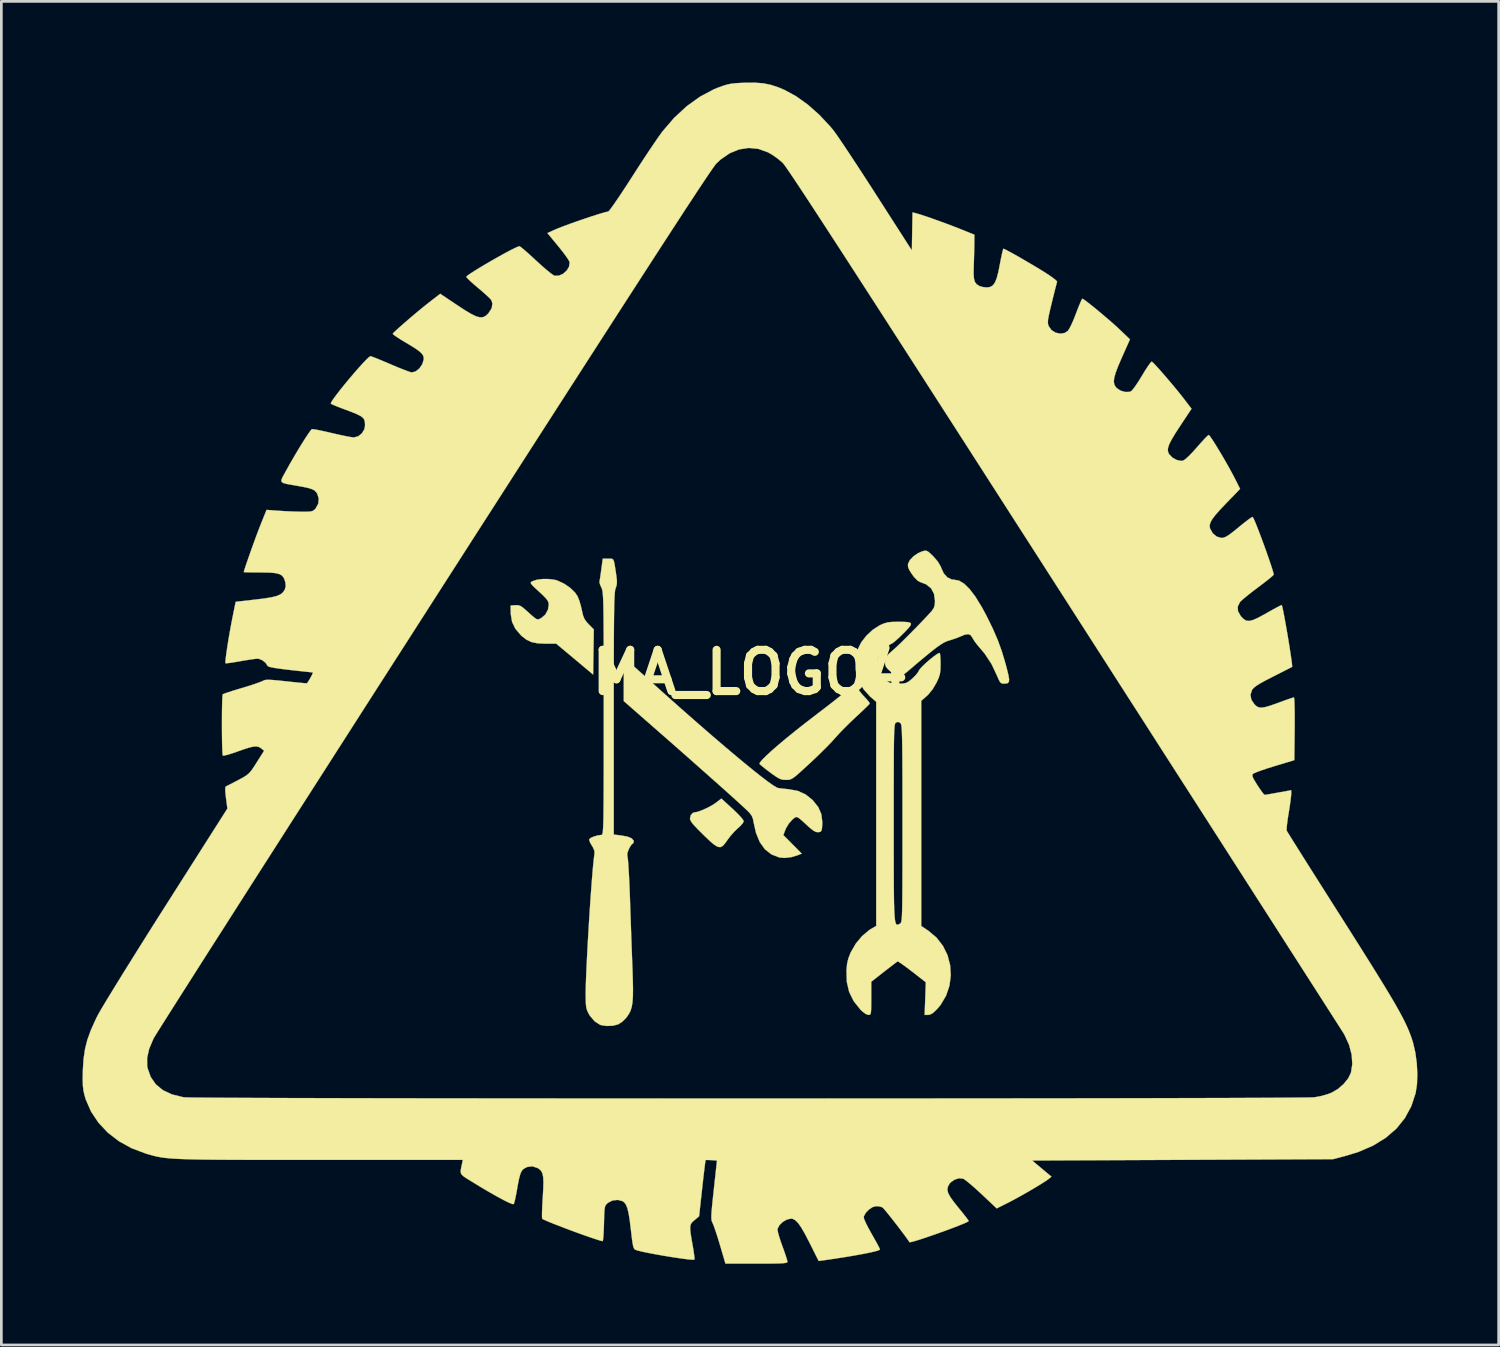
<source format=kicad_pcb>
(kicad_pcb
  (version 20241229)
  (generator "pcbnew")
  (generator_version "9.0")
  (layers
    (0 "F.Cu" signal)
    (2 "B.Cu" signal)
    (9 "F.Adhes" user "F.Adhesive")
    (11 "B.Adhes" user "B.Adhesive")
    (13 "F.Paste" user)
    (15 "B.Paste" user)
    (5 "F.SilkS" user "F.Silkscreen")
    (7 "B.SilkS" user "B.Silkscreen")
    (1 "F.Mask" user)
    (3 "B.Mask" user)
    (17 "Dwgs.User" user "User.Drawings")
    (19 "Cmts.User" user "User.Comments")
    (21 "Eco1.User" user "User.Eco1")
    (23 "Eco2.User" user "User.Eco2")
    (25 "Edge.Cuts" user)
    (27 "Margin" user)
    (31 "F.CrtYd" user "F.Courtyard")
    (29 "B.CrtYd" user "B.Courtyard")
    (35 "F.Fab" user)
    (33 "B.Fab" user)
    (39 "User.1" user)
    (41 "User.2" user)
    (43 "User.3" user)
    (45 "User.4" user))
  (footprint "MA_LOGO4"
    (layer "F.Cu")
    (at 24.661 21.795)
    (property "Reference" "MA_LOGO4" (at 0 0 0) (layer "F.SilkS") (effects (font (size 1.524 1.524) (thickness 0.3))))
    (attr through_hole)
    (fp_poly (pts (xy -0.644 5.039) (xy -0.484 5.192) (xy -0.352 5.329) (xy -0.264 5.435) (xy -0.231 5.496) (xy -0.231 5.497) (xy -0.265 5.568) (xy -0.352 5.668) (xy -0.44 5.748) (xy -0.579 5.881) (xy -0.728 6.051) (xy -0.834 6.192) (xy -0.933 6.33) (xy -1.018 6.42) (xy -1.103 6.457) (xy -1.2 6.44) (xy -1.321 6.366) (xy -1.48 6.232) (xy -1.688 6.034) (xy -1.731 5.992) (xy -1.936 5.788) (xy -2.079 5.635) (xy -2.168 5.522) (xy -2.211 5.44) (xy -2.217 5.401) (xy -2.186 5.27) (xy -2.108 5.187) (xy -2.048 5.172) (xy -1.932 5.15) (xy -1.767 5.09) (xy -1.581 5.006) (xy -1.403 4.911) (xy -1.266 4.82) (xy -1.057 4.661) (xy -0.644 5.039)) (stroke (width 0.01) (type solid)) (fill yes) (layer "F.SilkS"))
    (fp_poly (pts (xy -7.416 -3.45) (xy -7.198 -3.419) (xy -7.13 -3.399) (xy -6.88 -3.286) (xy -6.65 -3.13) (xy -6.465 -2.952) (xy -6.371 -2.813) (xy -6.312 -2.667) (xy -6.253 -2.474) (xy -6.213 -2.299) (xy -6.17 -2.11) (xy -6.117 -1.977) (xy -6.036 -1.862) (xy -5.961 -1.781) (xy -5.771 -1.588) (xy -5.796 0.079) (xy -6.477 -0.492) (xy -7.159 -1.062) (xy -7.552 -1.062) (xy -7.841 -1.075) (xy -8.067 -1.12) (xy -8.255 -1.206) (xy -8.431 -1.342) (xy -8.467 -1.376) (xy -8.671 -1.617) (xy -8.792 -1.871) (xy -8.839 -2.158) (xy -8.84 -2.194) (xy -8.844 -2.471) (xy -8.672 -2.485) (xy -8.564 -2.484) (xy -8.471 -2.451) (xy -8.362 -2.372) (xy -8.279 -2.3) (xy -8.106 -2.143) (xy -7.987 -2.04) (xy -7.907 -1.981) (xy -7.849 -1.959) (xy -7.8 -1.966) (xy -7.742 -1.993) (xy -7.717 -2.006) (xy -7.563 -2.135) (xy -7.464 -2.321) (xy -7.435 -2.503) (xy -7.444 -2.581) (xy -7.479 -2.658) (xy -7.552 -2.75) (xy -7.675 -2.874) (xy -7.792 -2.983) (xy -7.95 -3.129) (xy -8.048 -3.226) (xy -8.095 -3.287) (xy -8.099 -3.325) (xy -8.068 -3.353) (xy -8.038 -3.37) (xy -7.872 -3.425) (xy -7.653 -3.452) (xy -7.416 -3.45)) (stroke (width 0.01) (type solid)) (fill yes) (layer "F.SilkS"))
    (fp_poly (pts (xy 3.921 0.471) (xy 3.968 0.567) (xy 3.973 0.577) (xy 4.044 0.686) (xy 4.154 0.823) (xy 4.24 0.915) (xy 4.342 1.026) (xy 4.409 1.113) (xy 4.424 1.152) (xy 4.387 1.194) (xy 4.294 1.287) (xy 4.157 1.418) (xy 3.989 1.576) (xy 3.902 1.656) (xy 3.696 1.852) (xy 3.489 2.056) (xy 3.304 2.247) (xy 3.162 2.403) (xy 3.14 2.428) (xy 3.023 2.558) (xy 2.854 2.734) (xy 2.649 2.938) (xy 2.425 3.156) (xy 2.217 3.351) (xy 1.987 3.563) (xy 1.814 3.72) (xy 1.685 3.831) (xy 1.588 3.903) (xy 1.512 3.945) (xy 1.446 3.965) (xy 1.377 3.971) (xy 1.332 3.971) (xy 1.222 3.965) (xy 1.124 3.94) (xy 1.015 3.885) (xy 0.872 3.789) (xy 0.748 3.699) (xy 0.589 3.578) (xy 0.458 3.474) (xy 0.373 3.402) (xy 0.351 3.379) (xy 0.37 3.325) (xy 0.457 3.221) (xy 0.605 3.074) (xy 0.807 2.888) (xy 1.058 2.67) (xy 1.351 2.425) (xy 1.68 2.158) (xy 2.037 1.876) (xy 2.417 1.584) (xy 2.492 1.526) (xy 2.747 1.332) (xy 3 1.136) (xy 3.233 0.952) (xy 3.428 0.796) (xy 3.567 0.68) (xy 3.568 0.679) (xy 3.709 0.561) (xy 3.819 0.472) (xy 3.885 0.426) (xy 3.895 0.422) (xy 3.921 0.471)) (stroke (width 0.01) (type solid)) (fill yes) (layer "F.SilkS"))
    (fp_poly (pts (xy -4.576 -0.466) (xy -4.472 -0.379) (xy -4.32 -0.247) (xy -4.13 -0.079) (xy -3.912 0.116) (xy -3.755 0.257) (xy -3.173 0.78) (xy -2.612 1.279) (xy -2.075 1.752) (xy -1.567 2.195) (xy -1.091 2.604) (xy -0.652 2.977) (xy -0.254 3.309) (xy 0.099 3.598) (xy 0.404 3.84) (xy 0.655 4.032) (xy 0.85 4.169) (xy 0.983 4.25) (xy 1.034 4.27) (xy 1.131 4.284) (xy 1.283 4.301) (xy 1.424 4.315) (xy 1.763 4.377) (xy 2.049 4.505) (xy 2.304 4.707) (xy 2.327 4.731) (xy 2.523 4.978) (xy 2.636 5.237) (xy 2.672 5.528) (xy 2.67 5.613) (xy 2.659 5.766) (xy 2.639 5.851) (xy 2.6 5.888) (xy 2.53 5.903) (xy 2.529 5.903) (xy 2.439 5.895) (xy 2.337 5.842) (xy 2.201 5.732) (xy 2.159 5.694) (xy 1.981 5.531) (xy 1.858 5.421) (xy 1.774 5.36) (xy 1.714 5.341) (xy 1.663 5.357) (xy 1.605 5.404) (xy 1.555 5.449) (xy 1.434 5.586) (xy 1.333 5.753) (xy 1.312 5.801) (xy 1.232 6.01) (xy 1.572 6.352) (xy 1.911 6.694) (xy 1.752 6.758) (xy 1.521 6.826) (xy 1.284 6.854) (xy 1.085 6.837) (xy 0.793 6.724) (xy 0.551 6.534) (xy 0.361 6.268) (xy 0.221 5.925) (xy 0.139 5.561) (xy 0.109 5.409) (xy 0.065 5.298) (xy -0.012 5.194) (xy -0.14 5.066) (xy -0.15 5.057) (xy -0.307 4.911) (xy -0.527 4.711) (xy -0.802 4.463) (xy -1.125 4.174) (xy -1.489 3.851) (xy -1.886 3.499) (xy -2.308 3.125) (xy -2.75 2.736) (xy -3.203 2.338) (xy -3.36 2.201) (xy -4.664 1.058) (xy -4.664 0.271) (xy -4.662 -0.014) (xy -4.655 -0.243) (xy -4.644 -0.405) (xy -4.63 -0.49) (xy -4.621 -0.5) (xy -4.576 -0.466)) (stroke (width 0.01) (type solid)) (fill yes) (layer "F.SilkS"))
    (fp_poly (pts (xy 6.523 -4.494) (xy 6.594 -4.455) (xy 6.692 -4.367) (xy 6.771 -4.29) (xy 6.94 -4.096) (xy 7.047 -3.914) (xy 7.064 -3.868) (xy 7.159 -3.66) (xy 7.294 -3.511) (xy 7.456 -3.434) (xy 7.54 -3.426) (xy 7.724 -3.392) (xy 7.917 -3.275) (xy 8.12 -3.074) (xy 8.336 -2.787) (xy 8.566 -2.412) (xy 8.742 -2.085) (xy 8.973 -1.614) (xy 9.159 -1.183) (xy 9.312 -0.758) (xy 9.446 -0.306) (xy 9.493 -0.126) (xy 9.548 0.1) (xy 9.574 0.253) (xy 9.566 0.346) (xy 9.523 0.395) (xy 9.441 0.413) (xy 9.369 0.415) (xy 9.296 0.404) (xy 9.24 0.357) (xy 9.184 0.253) (xy 9.141 0.15) (xy 8.928 -0.304) (xy 8.675 -0.69) (xy 8.523 -0.871) (xy 8.399 -1.017) (xy 8.295 -1.154) (xy 8.233 -1.255) (xy 8.231 -1.26) (xy 8.16 -1.372) (xy 8.066 -1.415) (xy 7.932 -1.393) (xy 7.813 -1.344) (xy 7.63 -1.269) (xy 7.427 -1.201) (xy 7.357 -1.181) (xy 7.266 -1.15) (xy 7.164 -1.102) (xy 7.044 -1.029) (xy 6.896 -0.925) (xy 6.714 -0.784) (xy 6.488 -0.6) (xy 6.209 -0.367) (xy 5.871 -0.079) (xy 5.865 -0.074) (xy 5.722 0.044) (xy 5.599 0.133) (xy 5.519 0.18) (xy 5.504 0.184) (xy 5.44 0.156) (xy 5.332 0.082) (xy 5.216 -0.012) (xy 5.09 -0.126) (xy 5.022 -0.213) (xy 4.994 -0.3) (xy 4.99 -0.393) (xy 4.998 -0.493) (xy 5.029 -0.573) (xy 5.098 -0.657) (xy 5.22 -0.767) (xy 5.269 -0.808) (xy 5.39 -0.917) (xy 5.559 -1.078) (xy 5.761 -1.277) (xy 5.981 -1.498) (xy 6.205 -1.726) (xy 6.416 -1.946) (xy 6.601 -2.144) (xy 6.721 -2.277) (xy 6.795 -2.387) (xy 6.829 -2.518) (xy 6.835 -2.647) (xy 6.799 -2.906) (xy 6.691 -3.108) (xy 6.509 -3.255) (xy 6.281 -3.341) (xy 6.183 -3.4) (xy 6.063 -3.525) (xy 5.989 -3.625) (xy 5.89 -3.778) (xy 5.843 -3.888) (xy 5.836 -3.98) (xy 5.842 -4.018) (xy 5.912 -4.156) (xy 6.045 -4.295) (xy 6.219 -4.411) (xy 6.363 -4.472) (xy 6.454 -4.496) (xy 6.523 -4.494)) (stroke (width 0.01) (type solid)) (fill yes) (layer "F.SilkS"))
    (fp_poly (pts (xy -5.098 -4.198) (xy -5.057 -4.171) (xy -5.028 -4.108) (xy -5.003 -3.996) (xy -4.975 -3.82) (xy -4.941 -3.591) (xy -4.918 -3.401) (xy -4.92 -3.265) (xy -4.949 -3.149) (xy -4.964 -3.112) (xy -4.976 -3.075) (xy -4.986 -3.019) (xy -4.995 -2.94) (xy -5.003 -2.832) (xy -5.01 -2.69) (xy -5.016 -2.507) (xy -5.02 -2.279) (xy -5.024 -2) (xy -5.027 -1.665) (xy -5.03 -1.268) (xy -5.032 -0.804) (xy -5.033 -0.267) (xy -5.033 0.348) (xy -5.034 1.046) (xy -5.034 1.523) (xy -5.034 5.991) (xy -4.782 6.021) (xy -4.534 6.065) (xy -4.373 6.129) (xy -4.299 6.212) (xy -4.295 6.242) (xy -4.314 6.313) (xy -4.336 6.327) (xy -4.38 6.365) (xy -4.442 6.46) (xy -4.472 6.517) (xy -4.532 6.672) (xy -4.533 6.788) (xy -4.525 6.814) (xy -4.514 6.885) (xy -4.5 7.036) (xy -4.486 7.256) (xy -4.47 7.532) (xy -4.455 7.852) (xy -4.441 8.204) (xy -4.434 8.39) (xy -4.42 8.821) (xy -4.403 9.285) (xy -4.387 9.759) (xy -4.37 10.215) (xy -4.355 10.629) (xy -4.342 10.97) (xy -4.329 11.385) (xy -4.323 11.719) (xy -4.327 11.986) (xy -4.342 12.197) (xy -4.371 12.365) (xy -4.414 12.502) (xy -4.475 12.62) (xy -4.553 12.732) (xy -4.6 12.79) (xy -4.72 12.905) (xy -4.854 12.994) (xy -4.88 13.006) (xy -5.069 13.054) (xy -5.29 13.063) (xy -5.491 13.034) (xy -5.542 13.018) (xy -5.738 12.892) (xy -5.913 12.687) (xy -5.973 12.585) (xy -6.017 12.492) (xy -6.046 12.394) (xy -6.062 12.269) (xy -6.069 12.094) (xy -6.071 11.848) (xy -6.071 11.846) (xy -6.067 11.608) (xy -6.057 11.306) (xy -6.042 10.95) (xy -6.023 10.552) (xy -6.001 10.123) (xy -5.975 9.675) (xy -5.948 9.219) (xy -5.919 8.768) (xy -5.89 8.332) (xy -5.86 7.924) (xy -5.832 7.554) (xy -5.805 7.235) (xy -5.78 6.977) (xy -5.759 6.793) (xy -5.747 6.719) (xy -5.746 6.596) (xy -5.802 6.463) (xy -5.841 6.402) (xy -5.909 6.283) (xy -5.941 6.189) (xy -5.94 6.162) (xy -5.882 6.113) (xy -5.767 6.063) (xy -5.627 6.023) (xy -5.496 6.004) (xy -5.484 6.004) (xy -5.471 6) (xy -5.459 5.985) (xy -5.448 5.954) (xy -5.439 5.901) (xy -5.432 5.821) (xy -5.425 5.708) (xy -5.42 5.557) (xy -5.415 5.363) (xy -5.412 5.121) (xy -5.409 4.824) (xy -5.407 4.467) (xy -5.405 4.046) (xy -5.404 3.555) (xy -5.404 2.988) (xy -5.403 2.339) (xy -5.403 1.605) (xy -5.403 1.522) (xy -5.403 0.778) (xy -5.404 0.12) (xy -5.404 -0.456) (xy -5.405 -0.957) (xy -5.407 -1.388) (xy -5.409 -1.755) (xy -5.411 -2.063) (xy -5.415 -2.318) (xy -5.419 -2.526) (xy -5.425 -2.692) (xy -5.432 -2.821) (xy -5.44 -2.92) (xy -5.449 -2.994) (xy -5.459 -3.049) (xy -5.472 -3.09) (xy -5.485 -3.123) (xy -5.489 -3.131) (xy -5.54 -3.248) (xy -5.563 -3.334) (xy -5.562 -3.348) (xy -5.55 -3.412) (xy -5.53 -3.544) (xy -5.505 -3.72) (xy -5.494 -3.798) (xy -5.44 -4.203) (xy -5.239 -4.203) (xy -5.156 -4.204) (xy -5.098 -4.198)) (stroke (width 0.01) (type solid)) (fill yes) (layer "F.SilkS"))
    (fp_poly (pts (xy 5.7 -1.868) (xy 5.863 -1.854) (xy 5.942 -1.82) (xy 5.943 -1.756) (xy 5.868 -1.652) (xy 5.724 -1.499) (xy 5.655 -1.43) (xy 5.503 -1.282) (xy 5.371 -1.163) (xy 5.273 -1.085) (xy 5.228 -1.062) (xy 5.168 -1.03) (xy 5.068 -0.947) (xy 4.949 -0.829) (xy 4.94 -0.82) (xy 4.823 -0.69) (xy 4.755 -0.594) (xy 4.723 -0.498) (xy 4.713 -0.369) (xy 4.712 -0.273) (xy 4.711 0.032) (xy 4.938 0.224) (xy 5.067 0.327) (xy 5.168 0.385) (xy 5.278 0.41) (xy 5.436 0.416) (xy 5.474 0.416) (xy 5.644 0.412) (xy 5.759 0.392) (xy 5.855 0.343) (xy 5.968 0.252) (xy 5.997 0.227) (xy 6.115 0.111) (xy 6.203 0.003) (xy 6.236 -0.059) (xy 6.278 -0.126) (xy 6.371 -0.226) (xy 6.496 -0.345) (xy 6.637 -0.468) (xy 6.777 -0.581) (xy 6.898 -0.668) (xy 6.982 -0.716) (xy 7.01 -0.718) (xy 7.025 -0.659) (xy 7.036 -0.532) (xy 7.042 -0.362) (xy 7.042 -0.306) (xy 7.037 -0.098) (xy 7.017 0.057) (xy 6.973 0.199) (xy 6.896 0.369) (xy 6.89 0.381) (xy 6.75 0.618) (xy 6.586 0.819) (xy 6.533 0.869) (xy 6.327 1.051) (xy 6.327 9.37) (xy 6.585 9.541) (xy 6.891 9.797) (xy 7.129 10.103) (xy 7.298 10.447) (xy 7.395 10.816) (xy 7.419 11.198) (xy 7.369 11.578) (xy 7.244 11.945) (xy 7.042 12.285) (xy 6.912 12.44) (xy 6.772 12.574) (xy 6.659 12.641) (xy 6.583 12.654) (xy 6.453 12.654) (xy 6.475 12.052) (xy 6.497 11.449) (xy 5.993 11.056) (xy 5.808 10.915) (xy 5.648 10.798) (xy 5.529 10.716) (xy 5.463 10.678) (xy 5.455 10.677) (xy 5.408 10.709) (xy 5.304 10.788) (xy 5.156 10.901) (xy 4.98 11.037) (xy 4.951 11.06) (xy 4.48 11.429) (xy 4.48 12.042) (xy 4.479 12.289) (xy 4.476 12.459) (xy 4.468 12.566) (xy 4.452 12.624) (xy 4.425 12.648) (xy 4.386 12.654) (xy 4.374 12.654) (xy 4.273 12.618) (xy 4.143 12.518) (xy 4.081 12.458) (xy 3.83 12.143) (xy 3.664 11.805) (xy 3.577 11.433) (xy 3.565 11.016) (xy 3.587 10.773) (xy 3.632 10.574) (xy 3.711 10.371) (xy 3.728 10.334) (xy 3.911 10.019) (xy 4.141 9.742) (xy 4.397 9.526) (xy 4.465 9.483) (xy 4.664 9.366) (xy 4.664 6.243) (xy 5.311 6.243) (xy 5.311 6.842) (xy 5.312 7.359) (xy 5.314 7.802) (xy 5.317 8.174) (xy 5.321 8.483) (xy 5.328 8.733) (xy 5.337 8.93) (xy 5.349 9.08) (xy 5.364 9.188) (xy 5.382 9.261) (xy 5.404 9.304) (xy 5.43 9.322) (xy 5.461 9.321) (xy 5.496 9.307) (xy 5.537 9.285) (xy 5.545 9.281) (xy 5.561 9.27) (xy 5.575 9.252) (xy 5.588 9.22) (xy 5.598 9.17) (xy 5.607 9.093) (xy 5.614 8.985) (xy 5.62 8.84) (xy 5.624 8.651) (xy 5.628 8.412) (xy 5.63 8.117) (xy 5.632 7.76) (xy 5.633 7.335) (xy 5.634 6.837) (xy 5.634 6.257) (xy 5.634 5.592) (xy 5.634 5.59) (xy 5.634 4.918) (xy 5.634 4.333) (xy 5.633 3.828) (xy 5.631 3.398) (xy 5.629 3.036) (xy 5.625 2.736) (xy 5.621 2.493) (xy 5.616 2.3) (xy 5.61 2.152) (xy 5.602 2.042) (xy 5.593 1.965) (xy 5.582 1.915) (xy 5.57 1.884) (xy 5.562 1.874) (xy 5.478 1.827) (xy 5.4 1.849) (xy 5.384 1.86) (xy 5.37 1.878) (xy 5.357 1.91) (xy 5.347 1.961) (xy 5.338 2.037) (xy 5.331 2.145) (xy 5.325 2.291) (xy 5.321 2.48) (xy 5.317 2.719) (xy 5.315 3.013) (xy 5.313 3.37) (xy 5.312 3.795) (xy 5.311 4.293) (xy 5.311 4.872) (xy 5.311 5.537) (xy 5.311 5.557) (xy 5.311 6.243) (xy 4.664 6.243) (xy 4.664 5.226) (xy 4.664 1.085) (xy 4.436 0.889) (xy 4.2 0.626) (xy 4.056 0.384) (xy 3.973 0.2) (xy 3.927 0.046) (xy 3.907 -0.122) (xy 3.904 -0.274) (xy 3.923 -0.574) (xy 3.977 -0.833) (xy 3.988 -0.866) (xy 4.112 -1.114) (xy 4.302 -1.358) (xy 4.534 -1.574) (xy 4.785 -1.737) (xy 4.794 -1.741) (xy 4.945 -1.808) (xy 5.082 -1.848) (xy 5.241 -1.866) (xy 5.449 -1.87) (xy 5.7 -1.868)) (stroke (width 0.01) (type solid)) (fill yes) (layer "F.SilkS"))
    (fp_poly (pts (xy 0.49 -21.766) (xy 0.769 -21.71) (xy 1.05 -21.617) (xy 1.277 -21.521) (xy 1.705 -21.288) (xy 2.139 -20.977) (xy 2.564 -20.6) (xy 2.964 -20.172) (xy 3.09 -20.019) (xy 3.165 -19.917) (xy 3.284 -19.746) (xy 3.441 -19.514) (xy 3.63 -19.231) (xy 3.845 -18.905) (xy 4.081 -18.545) (xy 4.331 -18.16) (xy 4.591 -17.758) (xy 4.664 -17.643) (xy 5.981 -15.591) (xy 5.993 -16.293) (xy 6.006 -16.996) (xy 6.132 -16.966) (xy 6.26 -16.929) (xy 6.456 -16.865) (xy 6.699 -16.782) (xy 6.971 -16.685) (xy 7.252 -16.582) (xy 7.524 -16.479) (xy 7.768 -16.384) (xy 7.805 -16.369) (xy 8.29 -16.173) (xy 8.288 -15.833) (xy 8.285 -15.632) (xy 8.279 -15.381) (xy 8.271 -15.121) (xy 8.267 -15.009) (xy 8.262 -14.747) (xy 8.274 -14.561) (xy 8.309 -14.432) (xy 8.372 -14.345) (xy 8.466 -14.283) (xy 8.486 -14.273) (xy 8.611 -14.238) (xy 8.75 -14.224) (xy 8.872 -14.241) (xy 8.971 -14.299) (xy 9.052 -14.408) (xy 9.12 -14.58) (xy 9.183 -14.825) (xy 9.231 -15.071) (xy 9.273 -15.29) (xy 9.311 -15.471) (xy 9.342 -15.598) (xy 9.362 -15.654) (xy 9.364 -15.656) (xy 9.419 -15.633) (xy 9.539 -15.571) (xy 9.71 -15.478) (xy 9.918 -15.361) (xy 10.148 -15.228) (xy 10.387 -15.088) (xy 10.62 -14.949) (xy 10.833 -14.819) (xy 10.844 -14.813) (xy 11.035 -14.689) (xy 11.191 -14.58) (xy 11.3 -14.494) (xy 11.346 -14.443) (xy 11.347 -14.437) (xy 11.33 -14.376) (xy 11.295 -14.243) (xy 11.247 -14.052) (xy 11.19 -13.821) (xy 11.151 -13.665) (xy 11.085 -13.39) (xy 11.04 -13.189) (xy 11.014 -13.046) (xy 11.006 -12.945) (xy 11.012 -12.871) (xy 11.032 -12.807) (xy 11.036 -12.797) (xy 11.138 -12.651) (xy 11.288 -12.555) (xy 11.459 -12.517) (xy 11.626 -12.542) (xy 11.745 -12.619) (xy 11.8 -12.702) (xy 11.876 -12.851) (xy 11.962 -13.046) (xy 12.047 -13.264) (xy 12.048 -13.266) (xy 12.126 -13.471) (xy 12.196 -13.641) (xy 12.249 -13.759) (xy 12.278 -13.808) (xy 12.28 -13.808) (xy 12.333 -13.78) (xy 12.442 -13.701) (xy 12.594 -13.582) (xy 12.777 -13.434) (xy 12.978 -13.268) (xy 13.182 -13.094) (xy 13.379 -12.924) (xy 13.554 -12.768) (xy 13.658 -12.67) (xy 14.039 -12.307) (xy 13.741 -11.638) (xy 13.605 -11.324) (xy 13.512 -11.078) (xy 13.458 -10.89) (xy 13.443 -10.746) (xy 13.463 -10.634) (xy 13.517 -10.542) (xy 13.549 -10.507) (xy 13.691 -10.412) (xy 13.861 -10.362) (xy 14.021 -10.366) (xy 14.08 -10.388) (xy 14.139 -10.446) (xy 14.231 -10.568) (xy 14.345 -10.737) (xy 14.467 -10.935) (xy 14.488 -10.97) (xy 14.606 -11.164) (xy 14.711 -11.324) (xy 14.792 -11.435) (xy 14.841 -11.484) (xy 14.846 -11.484) (xy 14.895 -11.443) (xy 14.991 -11.343) (xy 15.124 -11.197) (xy 15.283 -11.016) (xy 15.456 -10.814) (xy 15.634 -10.604) (xy 15.805 -10.397) (xy 15.958 -10.206) (xy 16.042 -10.097) (xy 16.314 -9.742) (xy 15.893 -9.108) (xy 15.709 -8.824) (xy 15.576 -8.601) (xy 15.489 -8.429) (xy 15.445 -8.296) (xy 15.439 -8.19) (xy 15.466 -8.099) (xy 15.491 -8.057) (xy 15.61 -7.935) (xy 15.768 -7.849) (xy 15.929 -7.815) (xy 15.995 -7.822) (xy 16.078 -7.872) (xy 16.206 -7.986) (xy 16.369 -8.154) (xy 16.51 -8.313) (xy 16.661 -8.484) (xy 16.792 -8.627) (xy 16.891 -8.728) (xy 16.945 -8.773) (xy 16.95 -8.775) (xy 16.988 -8.736) (xy 17.062 -8.631) (xy 17.165 -8.472) (xy 17.288 -8.273) (xy 17.423 -8.048) (xy 17.561 -7.811) (xy 17.696 -7.574) (xy 17.817 -7.352) (xy 17.918 -7.16) (xy 18.108 -6.781) (xy 17.594 -6.25) (xy 17.362 -6.005) (xy 17.191 -5.811) (xy 17.076 -5.658) (xy 17.009 -5.534) (xy 16.984 -5.43) (xy 16.995 -5.335) (xy 17.003 -5.308) (xy 17.101 -5.138) (xy 17.247 -5.018) (xy 17.415 -4.969) (xy 17.428 -4.969) (xy 17.506 -4.98) (xy 17.596 -5.018) (xy 17.713 -5.092) (xy 17.87 -5.212) (xy 18.061 -5.367) (xy 18.238 -5.512) (xy 18.391 -5.63) (xy 18.505 -5.711) (xy 18.566 -5.745) (xy 18.572 -5.745) (xy 18.604 -5.693) (xy 18.66 -5.568) (xy 18.734 -5.385) (xy 18.822 -5.16) (xy 18.917 -4.906) (xy 19.015 -4.64) (xy 19.109 -4.375) (xy 19.195 -4.128) (xy 19.267 -3.912) (xy 19.32 -3.742) (xy 19.347 -3.635) (xy 19.35 -3.611) (xy 19.315 -3.573) (xy 19.218 -3.49) (xy 19.072 -3.374) (xy 18.889 -3.233) (xy 18.772 -3.145) (xy 18.565 -2.988) (xy 18.378 -2.84) (xy 18.227 -2.715) (xy 18.128 -2.625) (xy 18.103 -2.598) (xy 18.021 -2.432) (xy 18.031 -2.26) (xy 18.134 -2.081) (xy 18.154 -2.057) (xy 18.247 -1.965) (xy 18.341 -1.912) (xy 18.449 -1.902) (xy 18.586 -1.936) (xy 18.766 -2.016) (xy 19.004 -2.144) (xy 19.1 -2.199) (xy 19.297 -2.31) (xy 19.464 -2.401) (xy 19.584 -2.463) (xy 19.644 -2.488) (xy 19.647 -2.488) (xy 19.665 -2.432) (xy 19.695 -2.301) (xy 19.732 -2.111) (xy 19.776 -1.877) (xy 19.822 -1.613) (xy 19.87 -1.334) (xy 19.916 -1.056) (xy 19.957 -0.794) (xy 19.992 -0.563) (xy 20.018 -0.378) (xy 20.031 -0.254) (xy 20.03 -0.205) (xy 19.988 -0.183) (xy 19.876 -0.126) (xy 19.71 -0.041) (xy 19.502 0.064) (xy 19.327 0.153) (xy 19.049 0.296) (xy 18.843 0.41) (xy 18.699 0.501) (xy 18.606 0.576) (xy 18.551 0.644) (xy 18.55 0.645) (xy 18.491 0.825) (xy 18.524 1.008) (xy 18.635 1.174) (xy 18.713 1.247) (xy 18.795 1.29) (xy 18.897 1.302) (xy 19.033 1.282) (xy 19.219 1.229) (xy 19.47 1.141) (xy 19.567 1.105) (xy 19.766 1.032) (xy 19.934 0.974) (xy 20.051 0.935) (xy 20.096 0.924) (xy 20.107 0.968) (xy 20.116 1.092) (xy 20.122 1.285) (xy 20.126 1.533) (xy 20.126 1.826) (xy 20.125 2.082) (xy 20.112 3.241) (xy 19.382 3.461) (xy 19.132 3.539) (xy 18.911 3.613) (xy 18.735 3.677) (xy 18.62 3.726) (xy 18.586 3.747) (xy 18.561 3.788) (xy 18.566 3.846) (xy 18.609 3.939) (xy 18.695 4.083) (xy 18.749 4.169) (xy 18.853 4.325) (xy 18.941 4.447) (xy 18.999 4.516) (xy 19.014 4.525) (xy 19.072 4.517) (xy 19.2 4.496) (xy 19.377 4.465) (xy 19.523 4.438) (xy 19.997 4.353) (xy 19.997 4.492) (xy 19.989 4.59) (xy 19.969 4.757) (xy 19.939 4.968) (xy 19.902 5.201) (xy 19.901 5.206) (xy 19.866 5.43) (xy 19.841 5.624) (xy 19.828 5.768) (xy 19.829 5.843) (xy 19.83 5.846) (xy 19.858 5.894) (xy 19.932 6.014) (xy 20.048 6.201) (xy 20.203 6.447) (xy 20.392 6.748) (xy 20.612 7.097) (xy 20.859 7.488) (xy 21.13 7.915) (xy 21.42 8.373) (xy 21.726 8.855) (xy 21.873 9.086) (xy 22.28 9.728) (xy 22.64 10.298) (xy 22.956 10.801) (xy 23.231 11.245) (xy 23.47 11.634) (xy 23.675 11.974) (xy 23.849 12.272) (xy 23.995 12.532) (xy 24.118 12.76) (xy 24.219 12.963) (xy 24.303 13.146) (xy 24.373 13.314) (xy 24.432 13.474) (xy 24.483 13.631) (xy 24.502 13.693) (xy 24.584 14.05) (xy 24.637 14.443) (xy 24.657 14.841) (xy 24.644 15.214) (xy 24.596 15.533) (xy 24.596 15.536) (xy 24.436 16.025) (xy 24.198 16.465) (xy 23.884 16.855) (xy 23.493 17.193) (xy 23.027 17.48) (xy 22.487 17.715) (xy 22.02 17.859) (xy 21.544 17.985) (xy 10.425 18.034) (xy 11.138 18.631) (xy 11.03 18.719) (xy 10.924 18.794) (xy 10.754 18.902) (xy 10.539 19.033) (xy 10.296 19.176) (xy 10.042 19.32) (xy 9.797 19.456) (xy 9.578 19.572) (xy 9.524 19.599) (xy 9.116 19.804) (xy 8.558 19.278) (xy 8.362 19.097) (xy 8.181 18.938) (xy 8.028 18.811) (xy 7.919 18.729) (xy 7.877 18.705) (xy 7.722 18.69) (xy 7.556 18.742) (xy 7.411 18.846) (xy 7.372 18.894) (xy 7.312 19.002) (xy 7.293 19.109) (xy 7.319 19.23) (xy 7.397 19.377) (xy 7.531 19.565) (xy 7.689 19.763) (xy 7.834 19.941) (xy 7.955 20.093) (xy 8.04 20.206) (xy 8.08 20.265) (xy 8.082 20.27) (xy 8.04 20.3) (xy 7.926 20.353) (xy 7.752 20.424) (xy 7.534 20.509) (xy 7.286 20.602) (xy 7.021 20.698) (xy 6.755 20.792) (xy 6.501 20.879) (xy 6.274 20.954) (xy 6.088 21.011) (xy 5.957 21.046) (xy 5.896 21.053) (xy 5.894 21.051) (xy 5.814 20.936) (xy 5.7 20.779) (xy 5.562 20.595) (xy 5.413 20.4) (xy 5.263 20.208) (xy 5.124 20.033) (xy 5.008 19.891) (xy 4.926 19.796) (xy 4.892 19.764) (xy 4.786 19.732) (xy 4.663 19.72) (xy 4.531 19.755) (xy 4.393 19.846) (xy 4.277 19.966) (xy 4.21 20.091) (xy 4.203 20.139) (xy 4.225 20.217) (xy 4.286 20.356) (xy 4.378 20.535) (xy 4.49 20.738) (xy 4.503 20.76) (xy 4.615 20.958) (xy 4.709 21.127) (xy 4.774 21.253) (xy 4.802 21.318) (xy 4.803 21.322) (xy 4.759 21.35) (xy 4.633 21.388) (xy 4.434 21.434) (xy 4.173 21.487) (xy 3.858 21.544) (xy 3.501 21.604) (xy 3.109 21.665) (xy 2.693 21.725) (xy 2.689 21.725) (xy 2.538 21.746) (xy 2.195 21.061) (xy 2.033 20.749) (xy 1.898 20.515) (xy 1.783 20.35) (xy 1.681 20.245) (xy 1.585 20.192) (xy 1.515 20.181) (xy 1.363 20.215) (xy 1.213 20.301) (xy 1.091 20.419) (xy 1.023 20.546) (xy 1.017 20.594) (xy 1.032 20.684) (xy 1.075 20.837) (xy 1.137 21.032) (xy 1.201 21.212) (xy 1.275 21.416) (xy 1.334 21.593) (xy 1.373 21.721) (xy 1.385 21.778) (xy 1.373 21.799) (xy 1.329 21.815) (xy 1.244 21.827) (xy 1.108 21.835) (xy 0.91 21.84) (xy 0.641 21.843) (xy 0.291 21.844) (xy 0.239 21.844) (xy -0.907 21.844) (xy -1.107 21.163) (xy -1.182 20.914) (xy -1.255 20.688) (xy -1.318 20.502) (xy -1.366 20.377) (xy -1.381 20.346) (xy -1.404 20.298) (xy -1.42 20.242) (xy -1.427 20.165) (xy -1.427 20.056) (xy -1.417 19.902) (xy -1.398 19.691) (xy -1.369 19.41) (xy -1.338 19.123) (xy -1.22 18.034) (xy -1.423 18.02) (xy -1.549 18.014) (xy -1.629 18.016) (xy -1.641 18.02) (xy -1.649 18.068) (xy -1.667 18.194) (xy -1.69 18.386) (xy -1.719 18.631) (xy -1.751 18.914) (xy -1.768 19.065) (xy -1.881 20.096) (xy -2.049 20.235) (xy -2.125 20.302) (xy -2.177 20.368) (xy -2.205 20.449) (xy -2.21 20.561) (xy -2.195 20.72) (xy -2.16 20.941) (xy -2.123 21.149) (xy -2.087 21.358) (xy -2.063 21.531) (xy -2.05 21.65) (xy -2.052 21.695) (xy -2.109 21.701) (xy -2.241 21.691) (xy -2.432 21.668) (xy -2.667 21.635) (xy -2.93 21.595) (xy -3.206 21.549) (xy -3.478 21.501) (xy -3.732 21.453) (xy -3.952 21.408) (xy -4.122 21.368) (xy -4.218 21.339) (xy -4.258 21.318) (xy -4.288 21.279) (xy -4.314 21.209) (xy -4.337 21.094) (xy -4.362 20.919) (xy -4.391 20.67) (xy -4.403 20.572) (xy -4.444 20.238) (xy -4.485 19.983) (xy -4.53 19.798) (xy -4.582 19.668) (xy -4.644 19.583) (xy -4.708 19.536) (xy -4.885 19.489) (xy -5.077 19.51) (xy -5.243 19.594) (xy -5.251 19.6) (xy -5.302 19.647) (xy -5.338 19.694) (xy -5.361 19.76) (xy -5.376 19.86) (xy -5.386 20.011) (xy -5.392 20.231) (xy -5.395 20.362) (xy -5.403 20.595) (xy -5.413 20.791) (xy -5.426 20.934) (xy -5.439 21.007) (xy -5.443 21.013) (xy -5.519 20.997) (xy -5.665 20.952) (xy -5.867 20.885) (xy -6.109 20.801) (xy -6.376 20.705) (xy -6.653 20.603) (xy -6.924 20.5) (xy -7.176 20.403) (xy -7.392 20.317) (xy -7.557 20.247) (xy -7.657 20.199) (xy -7.676 20.187) (xy -7.684 20.133) (xy -7.685 20.004) (xy -7.679 19.814) (xy -7.668 19.581) (xy -7.657 19.411) (xy -7.638 19.081) (xy -7.632 18.83) (xy -7.641 18.644) (xy -7.669 18.511) (xy -7.717 18.417) (xy -7.788 18.349) (xy -7.855 18.309) (xy -8.039 18.248) (xy -8.216 18.269) (xy -8.311 18.31) (xy -8.381 18.356) (xy -8.436 18.422) (xy -8.483 18.523) (xy -8.525 18.672) (xy -8.57 18.886) (xy -8.615 19.142) (xy -8.652 19.341) (xy -8.687 19.505) (xy -8.717 19.614) (xy -8.731 19.645) (xy -8.786 19.64) (xy -8.91 19.59) (xy -9.095 19.499) (xy -9.331 19.372) (xy -9.611 19.214) (xy -9.925 19.029) (xy -10.22 18.849) (xy -10.425 18.724) (xy -10.564 18.633) (xy -10.648 18.561) (xy -10.686 18.489) (xy -10.689 18.401) (xy -10.667 18.28) (xy -10.639 18.149) (xy -10.61 18.011) (xy -15.898 18.011) (xy -16.736 18.011) (xy -17.487 18.011) (xy -18.157 18.01) (xy -18.751 18.009) (xy -19.275 18.007) (xy -19.733 18.004) (xy -20.133 18) (xy -20.478 17.994) (xy -20.775 17.987) (xy -21.03 17.978) (xy -21.247 17.968) (xy -21.432 17.955) (xy -21.59 17.939) (xy -21.728 17.921) (xy -21.851 17.9) (xy -21.963 17.876) (xy -22.071 17.849) (xy -22.181 17.819) (xy -22.297 17.785) (xy -22.329 17.775) (xy -22.848 17.58) (xy -23.316 17.321) (xy -23.726 17.005) (xy -24.072 16.638) (xy -24.346 16.227) (xy -24.542 15.779) (xy -24.592 15.609) (xy -24.627 15.448) (xy -24.648 15.275) (xy -24.656 15.065) (xy -24.652 14.794) (xy -24.649 14.686) (xy -24.623 14.279) (xy -24.617 14.24) (xy -22.275 14.24) (xy -22.273 14.543) (xy -22.258 14.623) (xy -22.142 14.949) (xy -21.953 15.221) (xy -21.692 15.435) (xy -21.36 15.592) (xy -20.959 15.69) (xy -20.897 15.699) (xy -20.826 15.702) (xy -20.666 15.706) (xy -20.42 15.709) (xy -20.094 15.712) (xy -19.689 15.715) (xy -19.21 15.717) (xy -18.66 15.72) (xy -18.043 15.722) (xy -17.363 15.725) (xy -16.622 15.727) (xy -15.826 15.729) (xy -14.976 15.731) (xy -14.078 15.733) (xy -13.134 15.734) (xy -12.148 15.736) (xy -11.124 15.737) (xy -10.065 15.738) (xy -8.975 15.739) (xy -7.858 15.74) (xy -6.717 15.741) (xy -5.555 15.742) (xy -4.377 15.742) (xy -3.185 15.743) (xy -1.985 15.743) (xy -0.778 15.743) (xy 0.431 15.743) (xy 1.639 15.743) (xy 2.841 15.743) (xy 4.035 15.742) (xy 5.217 15.742) (xy 6.383 15.741) (xy 7.53 15.74) (xy 8.654 15.739) (xy 9.751 15.738) (xy 10.818 15.737) (xy 11.852 15.736) (xy 12.848 15.734) (xy 13.803 15.733) (xy 14.713 15.731) (xy 15.575 15.729) (xy 16.386 15.727) (xy 17.141 15.725) (xy 17.837 15.723) (xy 18.471 15.72) (xy 19.038 15.718) (xy 19.535 15.715) (xy 19.959 15.712) (xy 20.306 15.709) (xy 20.573 15.706) (xy 20.755 15.703) (xy 20.85 15.699) (xy 20.859 15.698) (xy 21.08 15.657) (xy 21.308 15.595) (xy 21.488 15.529) (xy 21.723 15.392) (xy 21.935 15.207) (xy 22.104 14.998) (xy 22.205 14.789) (xy 22.255 14.471) (xy 22.231 14.122) (xy 22.135 13.759) (xy 21.971 13.4) (xy 21.926 13.323) (xy 21.892 13.269) (xy 21.809 13.139) (xy 21.68 12.937) (xy 21.506 12.665) (xy 21.288 12.325) (xy 21.03 11.921) (xy 20.731 11.455) (xy 20.394 10.93) (xy 20.021 10.348) (xy 19.613 9.712) (xy 19.173 9.025) (xy 18.7 8.289) (xy 18.199 7.506) (xy 17.669 6.68) (xy 17.113 5.813) (xy 16.532 4.908) (xy 15.928 3.967) (xy 15.303 2.993) (xy 14.659 1.988) (xy 13.996 0.956) (xy 13.318 -0.101) (xy 12.625 -1.181) (xy 11.919 -2.281) (xy 11.62 -2.747) (xy 10.726 -4.14) (xy 9.88 -5.457) (xy 9.082 -6.7) (xy 8.33 -7.871) (xy 7.623 -8.971) (xy 6.96 -10.001) (xy 6.34 -10.965) (xy 5.762 -11.863) (xy 5.225 -12.697) (xy 4.727 -13.47) (xy 4.267 -14.182) (xy 3.845 -14.835) (xy 3.459 -15.432) (xy 3.107 -15.974) (xy 2.789 -16.463) (xy 2.504 -16.901) (xy 2.251 -17.288) (xy 2.028 -17.628) (xy 1.834 -17.922) (xy 1.668 -18.172) (xy 1.529 -18.379) (xy 1.416 -18.545) (xy 1.328 -18.672) (xy 1.263 -18.761) (xy 1.22 -18.815) (xy 1.208 -18.829) (xy 1.031 -18.98) (xy 0.822 -19.127) (xy 0.657 -19.221) (xy 0.308 -19.345) (xy -0.047 -19.379) (xy -0.401 -19.325) (xy -0.747 -19.184) (xy -1.077 -18.958) (xy -1.238 -18.809) (xy -1.272 -18.769) (xy -1.326 -18.697) (xy -1.402 -18.589) (xy -1.501 -18.446) (xy -1.624 -18.264) (xy -1.772 -18.042) (xy -1.947 -17.779) (xy -2.149 -17.471) (xy -2.381 -17.119) (xy -2.642 -16.718) (xy -2.934 -16.269) (xy -3.259 -15.769) (xy -3.617 -15.216) (xy -4.01 -14.609) (xy -4.439 -13.945) (xy -4.905 -13.223) (xy -5.409 -12.441) (xy -5.953 -11.597) (xy -6.537 -10.69) (xy -7.163 -9.717) (xy -7.832 -8.677) (xy -8.545 -7.568) (xy -9.303 -6.387) (xy -10.108 -5.135) (xy -10.96 -3.807) (xy -11.684 -2.679) (xy -12.396 -1.569) (xy -13.096 -0.478) (xy -13.783 0.592) (xy -14.453 1.638) (xy -15.107 2.659) (xy -15.742 3.65) (xy -16.357 4.61) (xy -16.95 5.535) (xy -17.518 6.424) (xy -18.062 7.273) (xy -18.578 8.08) (xy -19.065 8.843) (xy -19.521 9.558) (xy -19.946 10.222) (xy -20.336 10.834) (xy -20.69 11.391) (xy -21.008 11.89) (xy -21.286 12.328) (xy -21.523 12.702) (xy -21.718 13.011) (xy -21.869 13.251) (xy -21.974 13.419) (xy -22.031 13.514) (xy -22.041 13.531) (xy -22.198 13.904) (xy -22.275 14.24) (xy -24.617 14.24) (xy -24.569 13.914) (xy -24.481 13.566) (xy -24.35 13.207) (xy -24.17 12.81) (xy -24.116 12.7) (xy -24.052 12.582) (xy -23.942 12.393) (xy -23.79 12.139) (xy -23.6 11.828) (xy -23.377 11.464) (xy -23.125 11.056) (xy -22.847 10.61) (xy -22.547 10.131) (xy -22.231 9.628) (xy -21.901 9.105) (xy -21.579 8.599) (xy -19.309 5.03) (xy -19.362 4.631) (xy -19.385 4.42) (xy -19.389 4.279) (xy -19.374 4.217) (xy -19.371 4.215) (xy -19.314 4.188) (xy -19.194 4.127) (xy -19.033 4.044) (xy -18.915 3.981) (xy -18.733 3.884) (xy -18.604 3.804) (xy -18.506 3.722) (xy -18.417 3.617) (xy -18.316 3.468) (xy -18.227 3.328) (xy -17.952 2.893) (xy -18.056 2.809) (xy -18.135 2.758) (xy -18.226 2.734) (xy -18.343 2.739) (xy -18.503 2.776) (xy -18.721 2.846) (xy -18.919 2.916) (xy -19.124 2.987) (xy -19.298 3.041) (xy -19.422 3.071) (xy -19.478 3.074) (xy -19.478 3.074) (xy -19.488 3.019) (xy -19.496 2.888) (xy -19.503 2.696) (xy -19.507 2.459) (xy -19.51 2.192) (xy -19.511 1.911) (xy -19.51 1.631) (xy -19.508 1.369) (xy -19.503 1.14) (xy -19.497 0.96) (xy -19.488 0.844) (xy -19.481 0.808) (xy -19.427 0.784) (xy -19.302 0.741) (xy -19.12 0.682) (xy -18.898 0.614) (xy -18.774 0.577) (xy -18.53 0.503) (xy -18.312 0.432) (xy -18.136 0.37) (xy -18.023 0.325) (xy -17.997 0.312) (xy -17.948 0.288) (xy -17.881 0.275) (xy -17.78 0.272) (xy -17.632 0.28) (xy -17.42 0.299) (xy -17.136 0.329) (xy -16.883 0.356) (xy -16.664 0.378) (xy -16.496 0.394) (xy -16.393 0.402) (xy -16.368 0.402) (xy -16.305 0.309) (xy -16.238 0.196) (xy -16.182 0.089) (xy -16.151 0.016) (xy -16.152 -0.000426) (xy -16.207 -0.005) (xy -16.338 -0.019) (xy -16.531 -0.04) (xy -16.768 -0.066) (xy -16.994 -0.091) (xy -17.334 -0.132) (xy -17.586 -0.169) (xy -17.747 -0.203) (xy -17.818 -0.233) (xy -17.821 -0.238) (xy -17.897 -0.355) (xy -18.023 -0.454) (xy -18.158 -0.506) (xy -18.185 -0.508) (xy -18.284 -0.5) (xy -18.449 -0.478) (xy -18.655 -0.446) (xy -18.84 -0.414) (xy -19.048 -0.378) (xy -19.22 -0.352) (xy -19.337 -0.338) (xy -19.381 -0.338) (xy -19.383 -0.392) (xy -19.371 -0.521) (xy -19.347 -0.711) (xy -19.312 -0.946) (xy -19.27 -1.211) (xy -19.222 -1.491) (xy -19.171 -1.77) (xy -19.125 -2.009) (xy -19.003 -2.609) (xy -18.265 -2.693) (xy -17.932 -2.734) (xy -17.679 -2.776) (xy -17.493 -2.822) (xy -17.36 -2.877) (xy -17.269 -2.945) (xy -17.205 -3.03) (xy -17.189 -3.061) (xy -17.154 -3.181) (xy -17.167 -3.321) (xy -17.179 -3.37) (xy -17.222 -3.488) (xy -17.285 -3.573) (xy -17.383 -3.632) (xy -17.528 -3.669) (xy -17.736 -3.688) (xy -18.019 -3.694) (xy -18.101 -3.695) (xy -18.325 -3.696) (xy -18.511 -3.698) (xy -18.642 -3.702) (xy -18.702 -3.707) (xy -18.704 -3.708) (xy -18.688 -3.768) (xy -18.647 -3.898) (xy -18.584 -4.083) (xy -18.506 -4.306) (xy -18.419 -4.553) (xy -18.328 -4.805) (xy -18.239 -5.049) (xy -18.157 -5.267) (xy -18.088 -5.443) (xy -18.081 -5.462) (xy -17.862 -6.006) (xy -17.44 -5.974) (xy -17.182 -5.958) (xy -16.889 -5.945) (xy -16.62 -5.938) (xy -16.587 -5.938) (xy -16.384 -5.938) (xy -16.251 -5.944) (xy -16.166 -5.963) (xy -16.106 -5.999) (xy -16.05 -6.057) (xy -16.044 -6.064) (xy -15.952 -6.234) (xy -15.933 -6.424) (xy -15.989 -6.603) (xy -16.037 -6.671) (xy -16.098 -6.728) (xy -16.183 -6.772) (xy -16.31 -6.812) (xy -16.498 -6.853) (xy -16.649 -6.881) (xy -16.926 -6.929) (xy -17.122 -6.965) (xy -17.247 -7) (xy -17.308 -7.044) (xy -17.314 -7.109) (xy -17.276 -7.206) (xy -17.2 -7.344) (xy -17.129 -7.472) (xy -17.004 -7.698) (xy -16.864 -7.941) (xy -16.718 -8.187) (xy -16.575 -8.423) (xy -16.442 -8.634) (xy -16.328 -8.807) (xy -16.241 -8.93) (xy -16.19 -8.987) (xy -16.187 -8.989) (xy -16.126 -8.985) (xy -15.993 -8.963) (xy -15.805 -8.924) (xy -15.577 -8.873) (xy -15.456 -8.845) (xy -15.206 -8.787) (xy -14.978 -8.739) (xy -14.791 -8.703) (xy -14.665 -8.684) (xy -14.635 -8.682) (xy -14.477 -8.724) (xy -14.34 -8.833) (xy -14.249 -8.984) (xy -14.224 -9.114) (xy -14.228 -9.232) (xy -14.246 -9.324) (xy -14.291 -9.399) (xy -14.376 -9.467) (xy -14.511 -9.537) (xy -14.709 -9.619) (xy -14.981 -9.721) (xy -14.992 -9.725) (xy -15.185 -9.799) (xy -15.345 -9.863) (xy -15.454 -9.912) (xy -15.488 -9.931) (xy -15.475 -9.978) (xy -15.41 -10.082) (xy -15.301 -10.231) (xy -15.161 -10.414) (xy -14.997 -10.618) (xy -14.82 -10.833) (xy -14.639 -11.046) (xy -14.464 -11.247) (xy -14.305 -11.422) (xy -14.172 -11.561) (xy -14.075 -11.652) (xy -14.023 -11.684) (xy -13.964 -11.666) (xy -13.836 -11.618) (xy -13.654 -11.544) (xy -13.434 -11.452) (xy -13.276 -11.384) (xy -13.037 -11.282) (xy -12.821 -11.196) (xy -12.646 -11.13) (xy -12.528 -11.091) (xy -12.491 -11.084) (xy -12.348 -11.125) (xy -12.214 -11.234) (xy -12.11 -11.385) (xy -12.057 -11.555) (xy -12.053 -11.604) (xy -12.067 -11.686) (xy -12.114 -11.767) (xy -12.205 -11.856) (xy -12.351 -11.962) (xy -12.563 -12.095) (xy -12.721 -12.189) (xy -12.908 -12.301) (xy -13.059 -12.399) (xy -13.162 -12.473) (xy -13.199 -12.512) (xy -13.199 -12.513) (xy -13.157 -12.562) (xy -13.057 -12.657) (xy -12.91 -12.789) (xy -12.73 -12.947) (xy -12.53 -13.119) (xy -12.321 -13.295) (xy -12.117 -13.464) (xy -11.93 -13.614) (xy -11.853 -13.674) (xy -11.446 -13.99) (xy -10.817 -13.569) (xy -10.527 -13.379) (xy -10.297 -13.243) (xy -10.119 -13.157) (xy -9.978 -13.119) (xy -9.865 -13.125) (xy -9.767 -13.173) (xy -9.673 -13.26) (xy -9.661 -13.274) (xy -9.544 -13.456) (xy -9.517 -13.631) (xy -9.556 -13.755) (xy -9.606 -13.814) (xy -9.713 -13.917) (xy -9.861 -14.05) (xy -10.034 -14.197) (xy -10.04 -14.202) (xy -10.209 -14.346) (xy -10.348 -14.472) (xy -10.443 -14.565) (xy -10.482 -14.615) (xy -10.482 -14.617) (xy -10.443 -14.658) (xy -10.337 -14.734) (xy -10.176 -14.838) (xy -9.974 -14.963) (xy -9.744 -15.099) (xy -9.501 -15.24) (xy -9.258 -15.378) (xy -9.027 -15.505) (xy -8.824 -15.612) (xy -8.66 -15.693) (xy -8.551 -15.739) (xy -8.517 -15.747) (xy -8.469 -15.717) (xy -8.366 -15.634) (xy -8.22 -15.507) (xy -8.045 -15.349) (xy -7.903 -15.217) (xy -7.707 -15.038) (xy -7.526 -14.881) (xy -7.374 -14.757) (xy -7.264 -14.679) (xy -7.221 -14.657) (xy -7.063 -14.659) (xy -6.907 -14.728) (xy -6.775 -14.844) (xy -6.687 -14.988) (xy -6.664 -15.14) (xy -6.67 -15.173) (xy -6.708 -15.248) (xy -6.795 -15.376) (xy -6.918 -15.54) (xy -7.064 -15.724) (xy -7.091 -15.757) (xy -7.484 -16.233) (xy -7.216 -16.355) (xy -7.073 -16.416) (xy -6.876 -16.492) (xy -6.643 -16.578) (xy -6.387 -16.668) (xy -6.124 -16.759) (xy -5.87 -16.844) (xy -5.64 -16.918) (xy -5.448 -16.977) (xy -5.311 -17.014) (xy -5.244 -17.025) (xy -5.242 -17.025) (xy -5.206 -17.057) (xy -5.127 -17.159) (xy -5.011 -17.322) (xy -4.864 -17.536) (xy -4.693 -17.792) (xy -4.503 -18.083) (xy -4.362 -18.302) (xy -4.148 -18.635) (xy -3.935 -18.961) (xy -3.732 -19.268) (xy -3.547 -19.542) (xy -3.39 -19.771) (xy -3.269 -19.94) (xy -3.228 -19.995) (xy -2.798 -20.495) (xy -2.333 -20.924) (xy -1.842 -21.276) (xy -1.334 -21.545) (xy -1.179 -21.608) (xy -0.989 -21.677) (xy -0.831 -21.725) (xy -0.675 -21.755) (xy -0.492 -21.773) (xy -0.253 -21.785) (xy -0.185 -21.787) (xy 0.182 -21.79) (xy 0.49 -21.766)) (stroke (width 0.01) (type solid)) (fill yes) (layer "F.SilkS")))
  (gr_rect
    (start -3 -3)
    (end 52.323 46.644)
    (stroke (width 0.1) (type default))
    (fill no)
    (layer "Edge.Cuts")))
</source>
